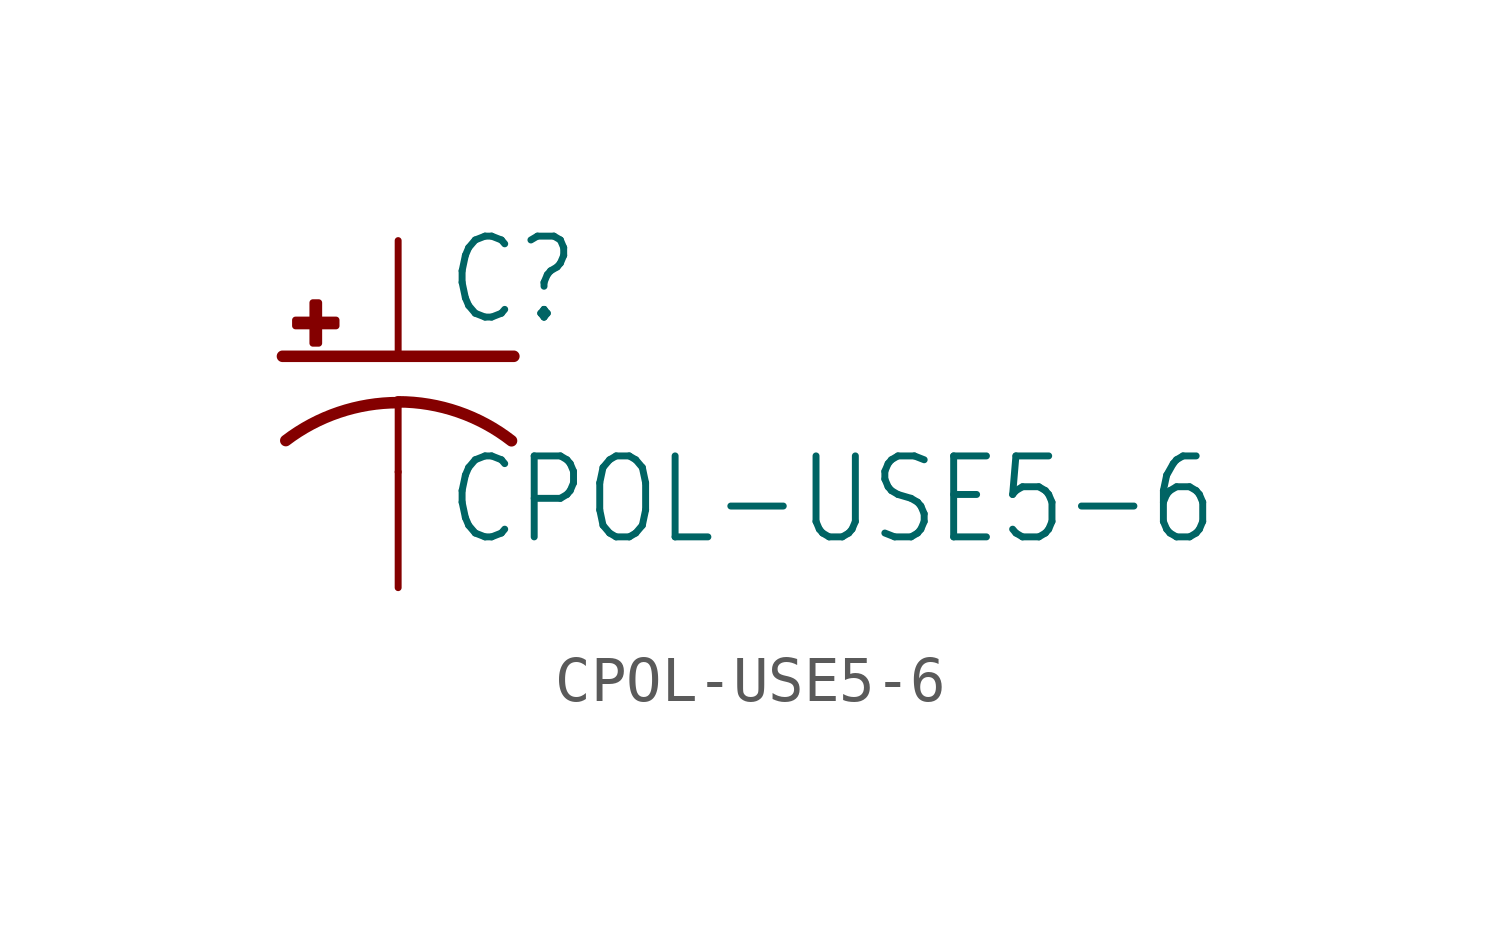
<source format=kicad_sym>
(kicad_symbol_lib
  (version 20211014)
  (generator kicad_symbol_editor)
  (symbol "CPOL-USE5-6"
    (property "Reference" "C"
      (at 1.016 0.635 0)
      (effects (font (size 1.778 1.511)) (justify left bottom)))
    (property "Value" "CPOL-USE5-6"
      (at 1.016 -4.191 0)
      (effects (font (size 1.778 1.511)) (justify left bottom)))
    (property "ki_locked" ""
      (at 0 0 0)
      (effects (font (size 1.27 1.27))))
    (symbol "CPOL-USE5-6_1_0"
      (rectangle (start -2.253 0.668) (end -1.364 0.795) (stroke (width 0) (type default) (color 0 0 0 0)) (fill (type outline)))
      (rectangle (start -1.872 0.287) (end -1.745 1.176) (stroke (width 0) (type default) (color 0 0 0 0)) (fill (type outline)))
      (arc (start 0 -1.0161) (mid -1.3021 -1.2302) (end -2.4669 -1.8504) (stroke (width 0.254) (type default) (color 0 0 0 0)) (fill (type none)))
      (polyline (pts (xy -2.54 0) (xy 2.54 0)) (stroke (width 0.254) (type default) (color 0 0 0 0)) (fill (type none)))
      (polyline (pts (xy 0 -1.016) (xy 0 -2.54)) (stroke (width 0.152) (type default) (color 0 0 0 0)) (fill (type none)))
      (arc (start 2.4892 -1.8542) (mid 1.3158 -1.2195) (end 0 -1) (stroke (width 0.254) (type default) (color 0 0 0 0)) (fill (type none)))
      (pin passive line (at 0 2.54 270) (length 2.54) (name "+" (effects (font (size 0 0)))) (number "+" (effects (font (size 0 0)))))
      (pin passive line (at 0 -5.08 90) (length 2.54) (name "-" (effects (font (size 0 0)))) (number "-" (effects (font (size 0 0))))))))
</source>
